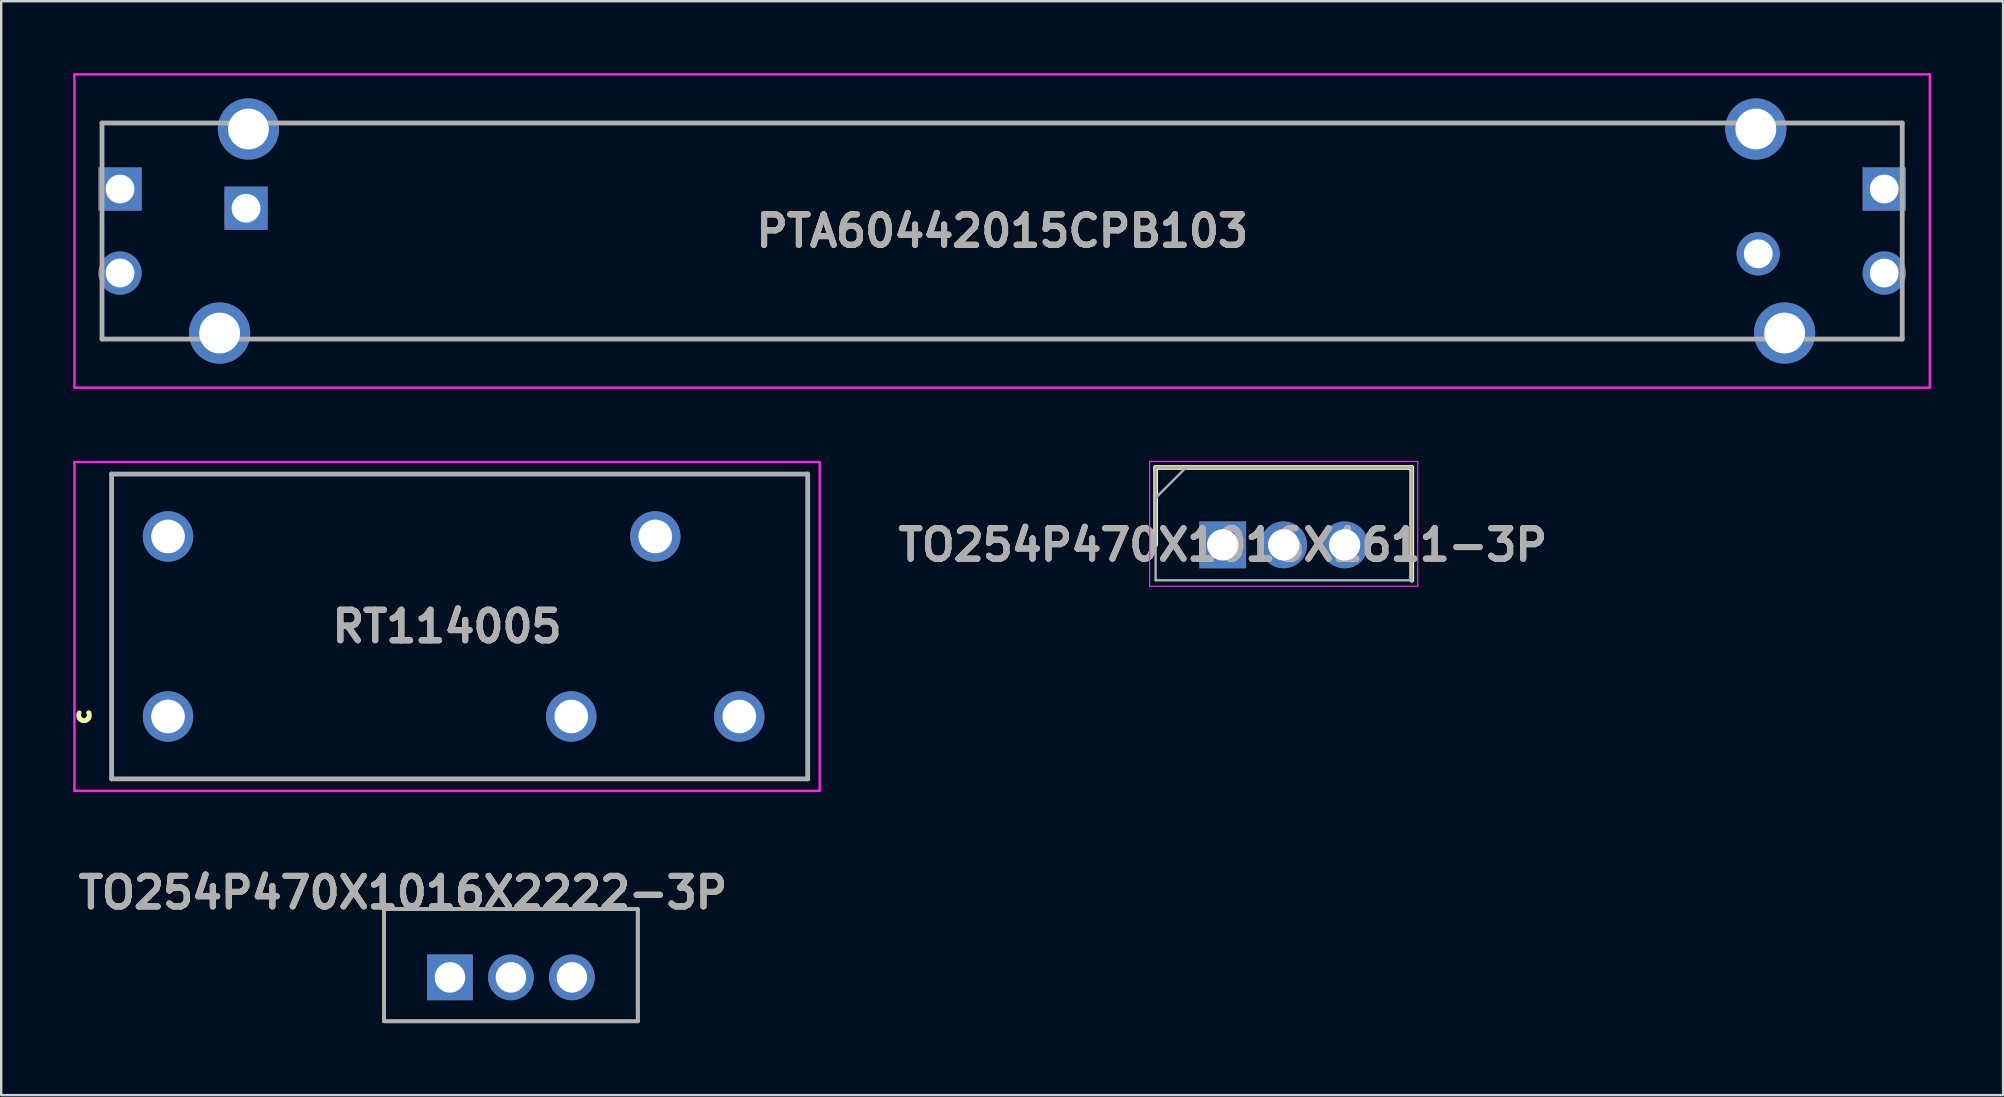
<source format=kicad_pcb>
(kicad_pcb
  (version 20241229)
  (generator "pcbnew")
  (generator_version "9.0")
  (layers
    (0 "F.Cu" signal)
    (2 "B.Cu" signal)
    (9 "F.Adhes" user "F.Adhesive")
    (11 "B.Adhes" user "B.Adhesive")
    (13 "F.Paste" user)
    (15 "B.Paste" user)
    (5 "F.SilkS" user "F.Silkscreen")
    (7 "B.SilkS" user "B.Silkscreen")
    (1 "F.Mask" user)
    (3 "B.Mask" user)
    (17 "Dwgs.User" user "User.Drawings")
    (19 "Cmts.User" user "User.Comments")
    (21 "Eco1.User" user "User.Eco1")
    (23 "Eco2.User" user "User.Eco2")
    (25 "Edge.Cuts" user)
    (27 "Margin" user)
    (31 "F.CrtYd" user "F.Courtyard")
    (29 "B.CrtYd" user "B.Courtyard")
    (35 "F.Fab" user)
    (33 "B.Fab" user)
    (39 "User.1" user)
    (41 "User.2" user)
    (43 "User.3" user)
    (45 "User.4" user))
  (footprint "PTA60442015CPB103"
    (layer "F.Cu")
    (at 1.95 4.825)
    (property "Reference" "PTA60442015CPB103" (at 36.75 1.75 0) (layer "F.SilkS") (effects (font (size 1.27 1.27) (thickness 0.254))))
    (attr through_hole)
    (fp_line (start -0.75 -2.75) (end -0.75 -1.25) (stroke (width 0.1) (type solid)) (layer "F.SilkS"))
    (fp_line (start -0.75 4.75) (end -0.75 6.25) (stroke (width 0.1) (type solid)) (layer "F.SilkS"))
    (fp_line (start -0.75 6.25) (end 1.75 6.25) (stroke (width 0.1) (type solid)) (layer "F.SilkS"))
    (fp_line (start 2.75 -2.75) (end -0.75 -2.75) (stroke (width 0.1) (type solid)) (layer "F.SilkS"))
    (fp_line (start 6.75 6.25) (end 66.75 6.25) (stroke (width 0.1) (type solid)) (layer "F.SilkS"))
    (fp_line (start 7.75 -2.75) (end 65.75 -2.75) (stroke (width 0.1) (type solid)) (layer "F.SilkS"))
    (fp_line (start 70.75 -2.75) (end 74.25 -2.75) (stroke (width 0.1) (type solid)) (layer "F.SilkS"))
    (fp_line (start 71.75 6.25) (end 74.25 6.25) (stroke (width 0.1) (type solid)) (layer "F.SilkS"))
    (fp_line (start 74.25 -2.75) (end 74.25 -1.25) (stroke (width 0.1) (type solid)) (layer "F.SilkS"))
    (fp_line (start 74.25 6.25) (end 74.25 4.75) (stroke (width 0.1) (type solid)) (layer "F.SilkS"))
    (fp_line (start -1.9 -4.775) (end 75.4 -4.775) (stroke (width 0.1) (type solid)) (layer "F.CrtYd"))
    (fp_line (start -1.9 8.275) (end -1.9 -4.775) (stroke (width 0.1) (type solid)) (layer "F.CrtYd"))
    (fp_line (start 75.4 -4.775) (end 75.4 8.275) (stroke (width 0.1) (type solid)) (layer "F.CrtYd"))
    (fp_line (start 75.4 8.275) (end -1.9 8.275) (stroke (width 0.1) (type solid)) (layer "F.CrtYd"))
    (fp_line (start -0.75 -2.75) (end 74.25 -2.75) (stroke (width 0.2) (type solid)) (layer "F.Fab"))
    (fp_line (start -0.75 6.25) (end -0.75 -2.75) (stroke (width 0.2) (type solid)) (layer "F.Fab"))
    (fp_line (start 74.25 -2.75) (end 74.25 6.25) (stroke (width 0.2) (type solid)) (layer "F.Fab"))
    (fp_line (start 74.25 6.25) (end -0.75 6.25) (stroke (width 0.2) (type solid)) (layer "F.Fab"))
    (fp_text user "${REFERENCE}" (at 36.75 1.75 0) (layer "F.Fab") (effects (font (size 1.27 1.27) (thickness 0.254))))
    (pad "A1" thru_hole rect (at 0 0) (size 1.8 1.8) (drill 1.2) (layers "*.Cu" "*.Mask"))
    (pad "A2" thru_hole rect (at 5.25 0.8) (size 1.8 1.8) (drill 1.2) (layers "*.Cu" "*.Mask"))
    (pad "A3" thru_hole rect (at 73.5 0) (size 1.8 1.8) (drill 1.2) (layers "*.Cu" "*.Mask"))
    (pad "B1" thru_hole circle (at 0 3.5) (size 1.8 1.8) (drill 1.2) (layers "*.Cu" "*.Mask"))
    (pad "B2" thru_hole circle (at 68.25 2.7) (size 1.8 1.8) (drill 1.2) (layers "*.Cu" "*.Mask"))
    (pad "B3" thru_hole circle (at 73.5 3.5) (size 1.8 1.8) (drill 1.2) (layers "*.Cu" "*.Mask"))
    (pad "MH1" thru_hole circle (at 5.35 -2.5) (size 2.55 2.55) (drill 1.7) (layers "*.Cu" "*.Mask"))
    (pad "MH2" thru_hole circle (at 68.15 -2.5) (size 2.55 2.55) (drill 1.7) (layers "*.Cu" "*.Mask"))
    (pad "MH3" thru_hole circle (at 4.15 6) (size 2.55 2.55) (drill 1.7) (layers "*.Cu" "*.Mask"))
    (pad "MH4" thru_hole circle (at 69.35 6) (size 2.55 2.55) (drill 1.7) (layers "*.Cu" "*.Mask")))
  (footprint "TO254P470X1016X2222-3P"
    (layer "F.Cu")
    (at 20.776 36.653)
    (property "Reference" "TO254P470X1016X2222-3P" (at -7.036 -2.515 0) (layer "F.SilkS") (effects (font (size 1.27 1.27) (thickness 0.254))))
    (attr through_hole)
    (fp_line (start -7.823 -1.829) (end -7.823 2.845) (stroke (width 0.152) (type solid)) (layer "F.SilkS"))
    (fp_line (start -7.823 2.845) (end 2.743 2.845) (stroke (width 0.152) (type solid)) (layer "F.SilkS"))
    (fp_line (start 2.743 -1.829) (end -7.823 -1.829) (stroke (width 0.152) (type solid)) (layer "F.SilkS"))
    (fp_line (start 2.743 2.845) (end 2.743 -1.829) (stroke (width 0.152) (type solid)) (layer "F.SilkS"))
    (fp_line (start -7.823 -1.829) (end -7.823 2.845) (stroke (width 0.152) (type solid)) (layer "F.Fab"))
    (fp_line (start -7.823 2.845) (end 2.743 2.845) (stroke (width 0.152) (type solid)) (layer "F.Fab"))
    (fp_line (start 2.743 -1.829) (end -7.823 -1.829) (stroke (width 0.152) (type solid)) (layer "F.Fab"))
    (fp_line (start 2.743 2.845) (end 2.743 -1.829) (stroke (width 0.152) (type solid)) (layer "F.Fab"))
    (fp_text user "${REFERENCE}" (at -7.036 -2.515 0) (layer "F.Fab") (effects (font (size 1.27 1.27) (thickness 0.254))))
    (pad "1" thru_hole rect (at -5.08 1.016) (size 1.905 1.905) (drill 1.27) (layers "*.Cu" "*.Mask"))
    (pad "2" thru_hole circle (at -2.54 1.016) (size 1.905 1.905) (drill 1.27) (layers "*.Cu" "*.Mask"))
    (pad "3" thru_hole circle (at 0 1.016) (size 1.905 1.905) (drill 1.27) (layers "*.Cu" "*.Mask")))
  (footprint "RT114005"
    (layer "F.Cu")
    (at 3.95 26.8)
    (property "Reference" "RT114005" (at 11.625 -3.75 0) (layer "F.SilkS") (effects (font (size 1.27 1.27) (thickness 0.254))))
    (attr through_hole)
    (fp_line (start -3.3 -0.15) (end -3.3 -0.15) (stroke (width 0.2) (type solid)) (layer "F.SilkS"))
    (fp_line (start -3.3 0.05) (end -3.3 0.05) (stroke (width 0.2) (type solid)) (layer "F.SilkS"))
    (fp_line (start -2.35 -10.1) (end -2.35 2.6) (stroke (width 0.1) (type solid)) (layer "F.SilkS"))
    (fp_line (start -2.35 2.6) (end 26.65 2.6) (stroke (width 0.1) (type solid)) (layer "F.SilkS"))
    (fp_line (start 26.65 -10.1) (end -2.35 -10.1) (stroke (width 0.1) (type solid)) (layer "F.SilkS"))
    (fp_line (start 26.65 2.6) (end 26.65 -10.1) (stroke (width 0.1) (type solid)) (layer "F.SilkS"))
    (fp_arc (start -3.3 -0.15) (mid -3.4 0.15) (end -3.7 0.05) (stroke (width 0.2) (type solid)) (layer "F.SilkS"))
    (fp_arc (start -3.3 0.05) (mid -3.6 0.15) (end -3.7 -0.15) (stroke (width 0.2) (type solid)) (layer "F.SilkS"))
    (fp_line (start -3.9 -10.6) (end -3.9 3.1) (stroke (width 0.1) (type solid)) (layer "F.CrtYd"))
    (fp_line (start -3.9 3.1) (end 27.15 3.1) (stroke (width 0.1) (type solid)) (layer "F.CrtYd"))
    (fp_line (start 27.15 -10.6) (end -3.9 -10.6) (stroke (width 0.1) (type solid)) (layer "F.CrtYd"))
    (fp_line (start 27.15 3.1) (end 27.15 -10.6) (stroke (width 0.1) (type solid)) (layer "F.CrtYd"))
    (fp_line (start -2.35 -10.1) (end -2.35 2.6) (stroke (width 0.2) (type solid)) (layer "F.Fab"))
    (fp_line (start -2.35 2.6) (end 26.65 2.6) (stroke (width 0.2) (type solid)) (layer "F.Fab"))
    (fp_line (start 26.65 -10.1) (end -2.35 -10.1) (stroke (width 0.2) (type solid)) (layer "F.Fab"))
    (fp_line (start 26.65 2.6) (end 26.65 -10.1) (stroke (width 0.2) (type solid)) (layer "F.Fab"))
    (fp_text user "${REFERENCE}" (at 11.625 -3.75 0) (layer "F.Fab") (effects (font (size 1.27 1.27) (thickness 0.254))))
    (pad "11" thru_hole circle (at 20.3 -7.5) (size 2.1 2.1) (drill 1.4) (layers "*.Cu" "*.Mask"))
    (pad "12" thru_hole circle (at 16.8 0) (size 2.1 2.1) (drill 1.4) (layers "*.Cu" "*.Mask"))
    (pad "14" thru_hole circle (at 23.8 0) (size 2.1 2.1) (drill 1.4) (layers "*.Cu" "*.Mask"))
    (pad "A1" thru_hole circle (at 0 0) (size 2.1 2.1) (drill 1.4) (layers "*.Cu" "*.Mask"))
    (pad "A2" thru_hole circle (at 0 -7.5) (size 2.1 2.1) (drill 1.4) (layers "*.Cu" "*.Mask")))
  (footprint "TO254P470X1016X1611-3P"
    (layer "F.Cu")
    (at 47.89 19.65)
    (property "Reference" "TO254P470X1016X1611-3P" (at 0 0 0) (layer "F.SilkS") (effects (font (size 1.27 1.27) (thickness 0.254))))
    (attr through_hole)
    (fp_line (start -2.795 -3.225) (end -2.795 0) (stroke (width 0.2) (type solid)) (layer "F.SilkS"))
    (fp_line (start 7.875 -3.225) (end -2.795 -3.225) (stroke (width 0.2) (type solid)) (layer "F.SilkS"))
    (fp_line (start 7.875 1.475) (end 7.875 -3.225) (stroke (width 0.2) (type solid)) (layer "F.SilkS"))
    (fp_line (start -3.045 -3.475) (end 8.125 -3.475) (stroke (width 0.05) (type solid)) (layer "F.CrtYd"))
    (fp_line (start -3.045 1.725) (end -3.045 -3.475) (stroke (width 0.05) (type solid)) (layer "F.CrtYd"))
    (fp_line (start 8.125 -3.475) (end 8.125 1.725) (stroke (width 0.05) (type solid)) (layer "F.CrtYd"))
    (fp_line (start 8.125 1.725) (end -3.045 1.725) (stroke (width 0.05) (type solid)) (layer "F.CrtYd"))
    (fp_line (start -2.795 -3.225) (end 7.875 -3.225) (stroke (width 0.1) (type solid)) (layer "F.Fab"))
    (fp_line (start -2.795 -1.955) (end -1.525 -3.225) (stroke (width 0.1) (type solid)) (layer "F.Fab"))
    (fp_line (start -2.795 1.475) (end -2.795 -3.225) (stroke (width 0.1) (type solid)) (layer "F.Fab"))
    (fp_line (start 7.875 -3.225) (end 7.875 1.475) (stroke (width 0.1) (type solid)) (layer "F.Fab"))
    (fp_line (start 7.875 1.475) (end -2.795 1.475) (stroke (width 0.1) (type solid)) (layer "F.Fab"))
    (fp_text user "${REFERENCE}" (at 0 0 0) (layer "F.Fab") (effects (font (size 1.27 1.27) (thickness 0.254))))
    (pad "1" thru_hole rect (at 0 0) (size 1.95 1.95) (drill 1.3) (layers "*.Cu" "*.Mask"))
    (pad "2" thru_hole circle (at 2.54 0) (size 1.95 1.95) (drill 1.3) (layers "*.Cu" "*.Mask"))
    (pad "3" thru_hole circle (at 5.08 0) (size 1.95 1.95) (drill 1.3) (layers "*.Cu" "*.Mask")))
  (gr_rect
    (start -3 -3)
    (end 80.4 42.574)
    (stroke (width 0.1) (type default))
    (fill no)
    (layer "Edge.Cuts")))
</source>
